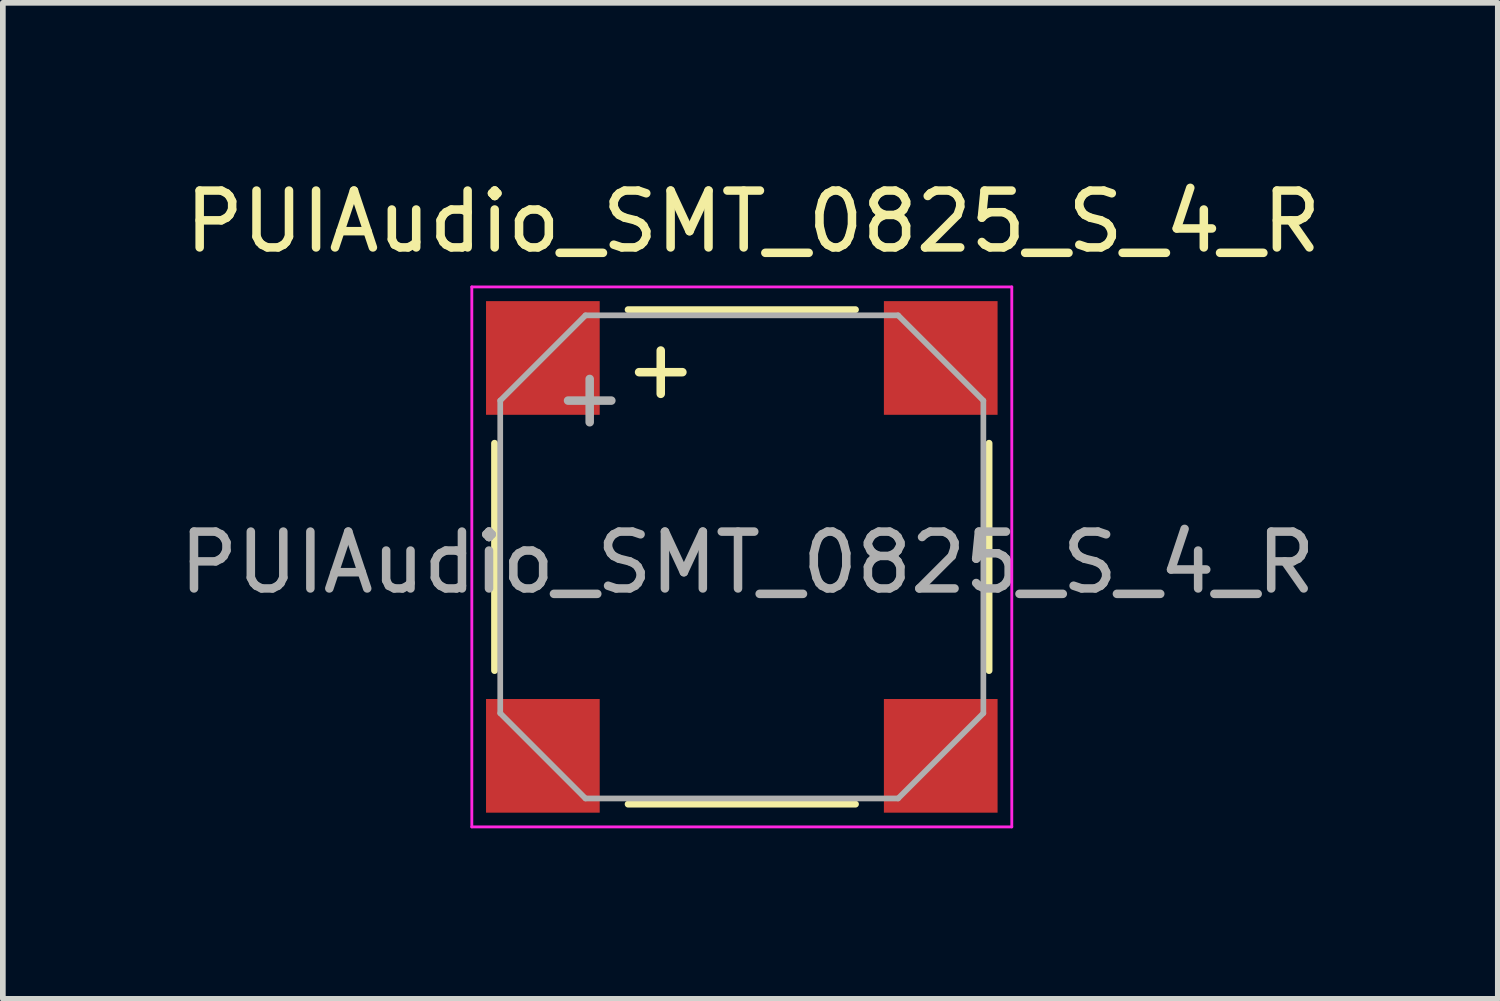
<source format=kicad_pcb>
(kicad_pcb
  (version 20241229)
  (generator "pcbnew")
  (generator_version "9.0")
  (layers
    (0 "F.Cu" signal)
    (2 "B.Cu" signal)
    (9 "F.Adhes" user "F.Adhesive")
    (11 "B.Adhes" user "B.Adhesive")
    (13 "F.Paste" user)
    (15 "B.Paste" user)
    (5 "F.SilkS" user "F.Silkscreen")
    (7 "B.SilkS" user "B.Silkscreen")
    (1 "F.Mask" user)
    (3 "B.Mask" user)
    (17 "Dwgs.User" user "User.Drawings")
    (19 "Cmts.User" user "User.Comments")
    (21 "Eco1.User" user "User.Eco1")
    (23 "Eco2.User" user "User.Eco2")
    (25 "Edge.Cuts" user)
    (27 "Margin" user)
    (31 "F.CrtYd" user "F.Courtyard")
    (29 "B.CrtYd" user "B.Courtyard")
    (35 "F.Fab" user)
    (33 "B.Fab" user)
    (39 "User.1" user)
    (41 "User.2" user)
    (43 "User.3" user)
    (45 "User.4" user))
  (footprint "PUIAudio_SMT_0825_S_4_R"
    (layer "F.Cu")
    (at 10.001 6.748)
    (property "Reference" "PUIAudio_SMT_0825_S_4_R" (at 0.2 -5.9 0) (layer "F.SilkS") (effects (font (size 1 1) (thickness 0.15))))
    (attr smd)
    (fp_line (start -4.35 -2) (end -4.35 2) (stroke (width 0.12) (type solid)) (layer "F.SilkS"))
    (fp_line (start -2 4.35) (end 2 4.35) (stroke (width 0.12) (type solid)) (layer "F.SilkS"))
    (fp_line (start 2 -4.35) (end -2 -4.35) (stroke (width 0.12) (type solid)) (layer "F.SilkS"))
    (fp_line (start 4.35 2) (end 4.35 -2) (stroke (width 0.12) (type solid)) (layer "F.SilkS"))
    (fp_line (start -4.75 -4.75) (end 4.75 -4.75) (stroke (width 0.05) (type solid)) (layer "F.CrtYd"))
    (fp_line (start -4.75 4.75) (end -4.75 -4.75) (stroke (width 0.05) (type solid)) (layer "F.CrtYd"))
    (fp_line (start 4.75 -4.75) (end 4.75 4.75) (stroke (width 0.05) (type solid)) (layer "F.CrtYd"))
    (fp_line (start 4.75 4.75) (end -4.75 4.75) (stroke (width 0.05) (type solid)) (layer "F.CrtYd"))
    (fp_line (start -4.25 -2.75) (end -2.75 -4.25) (stroke (width 0.1) (type solid)) (layer "F.Fab"))
    (fp_line (start -4.25 2.75) (end -4.25 -2.75) (stroke (width 0.1) (type solid)) (layer "F.Fab"))
    (fp_line (start -2.75 -4.25) (end 2.75 -4.25) (stroke (width 0.1) (type solid)) (layer "F.Fab"))
    (fp_line (start -2.75 4.25) (end -4.25 2.75) (stroke (width 0.1) (type solid)) (layer "F.Fab"))
    (fp_line (start 2.75 -4.25) (end 4.25 -2.75) (stroke (width 0.1) (type solid)) (layer "F.Fab"))
    (fp_line (start 2.75 4.25) (end -2.75 4.25) (stroke (width 0.1) (type solid)) (layer "F.Fab"))
    (fp_line (start 4.25 -2.75) (end 4.25 2.75) (stroke (width 0.1) (type solid)) (layer "F.Fab"))
    (fp_line (start 4.25 2.75) (end 2.75 4.25) (stroke (width 0.1) (type solid)) (layer "F.Fab"))
    (fp_text user "+" (at -1.5 -3.25 270) (layer "F.SilkS") (effects (font (size 1 1) (thickness 0.15))))
    (fp_text user "+" (at -2.75 -2.75 270) (layer "F.Fab") (effects (font (size 1 1) (thickness 0.15))))
    (fp_text user "${REFERENCE}" (at 0.1 0.1 0) (layer "F.Fab") (effects (font (size 1 1) (thickness 0.15))))
    (pad "1" smd rect (at -3.5 -3.5 270) (size 2 2) (layers "F.Cu" "F.Mask" "F.Paste"))
    (pad "2" smd rect (at -3.5 3.5 270) (size 2 2) (layers "F.Cu" "F.Mask" "F.Paste"))
    (pad "3" smd rect (at 3.5 3.5 270) (size 2 2) (layers "F.Cu" "F.Mask" "F.Paste"))
    (pad "4" smd rect (at 3.5 -3.5 270) (size 2 2) (layers "F.Cu" "F.Mask" "F.Paste")))
  (gr_rect
    (start -3 -3)
    (end 23.302 14.523)
    (stroke (width 0.1) (type default))
    (fill no)
    (layer "Edge.Cuts")))
</source>
